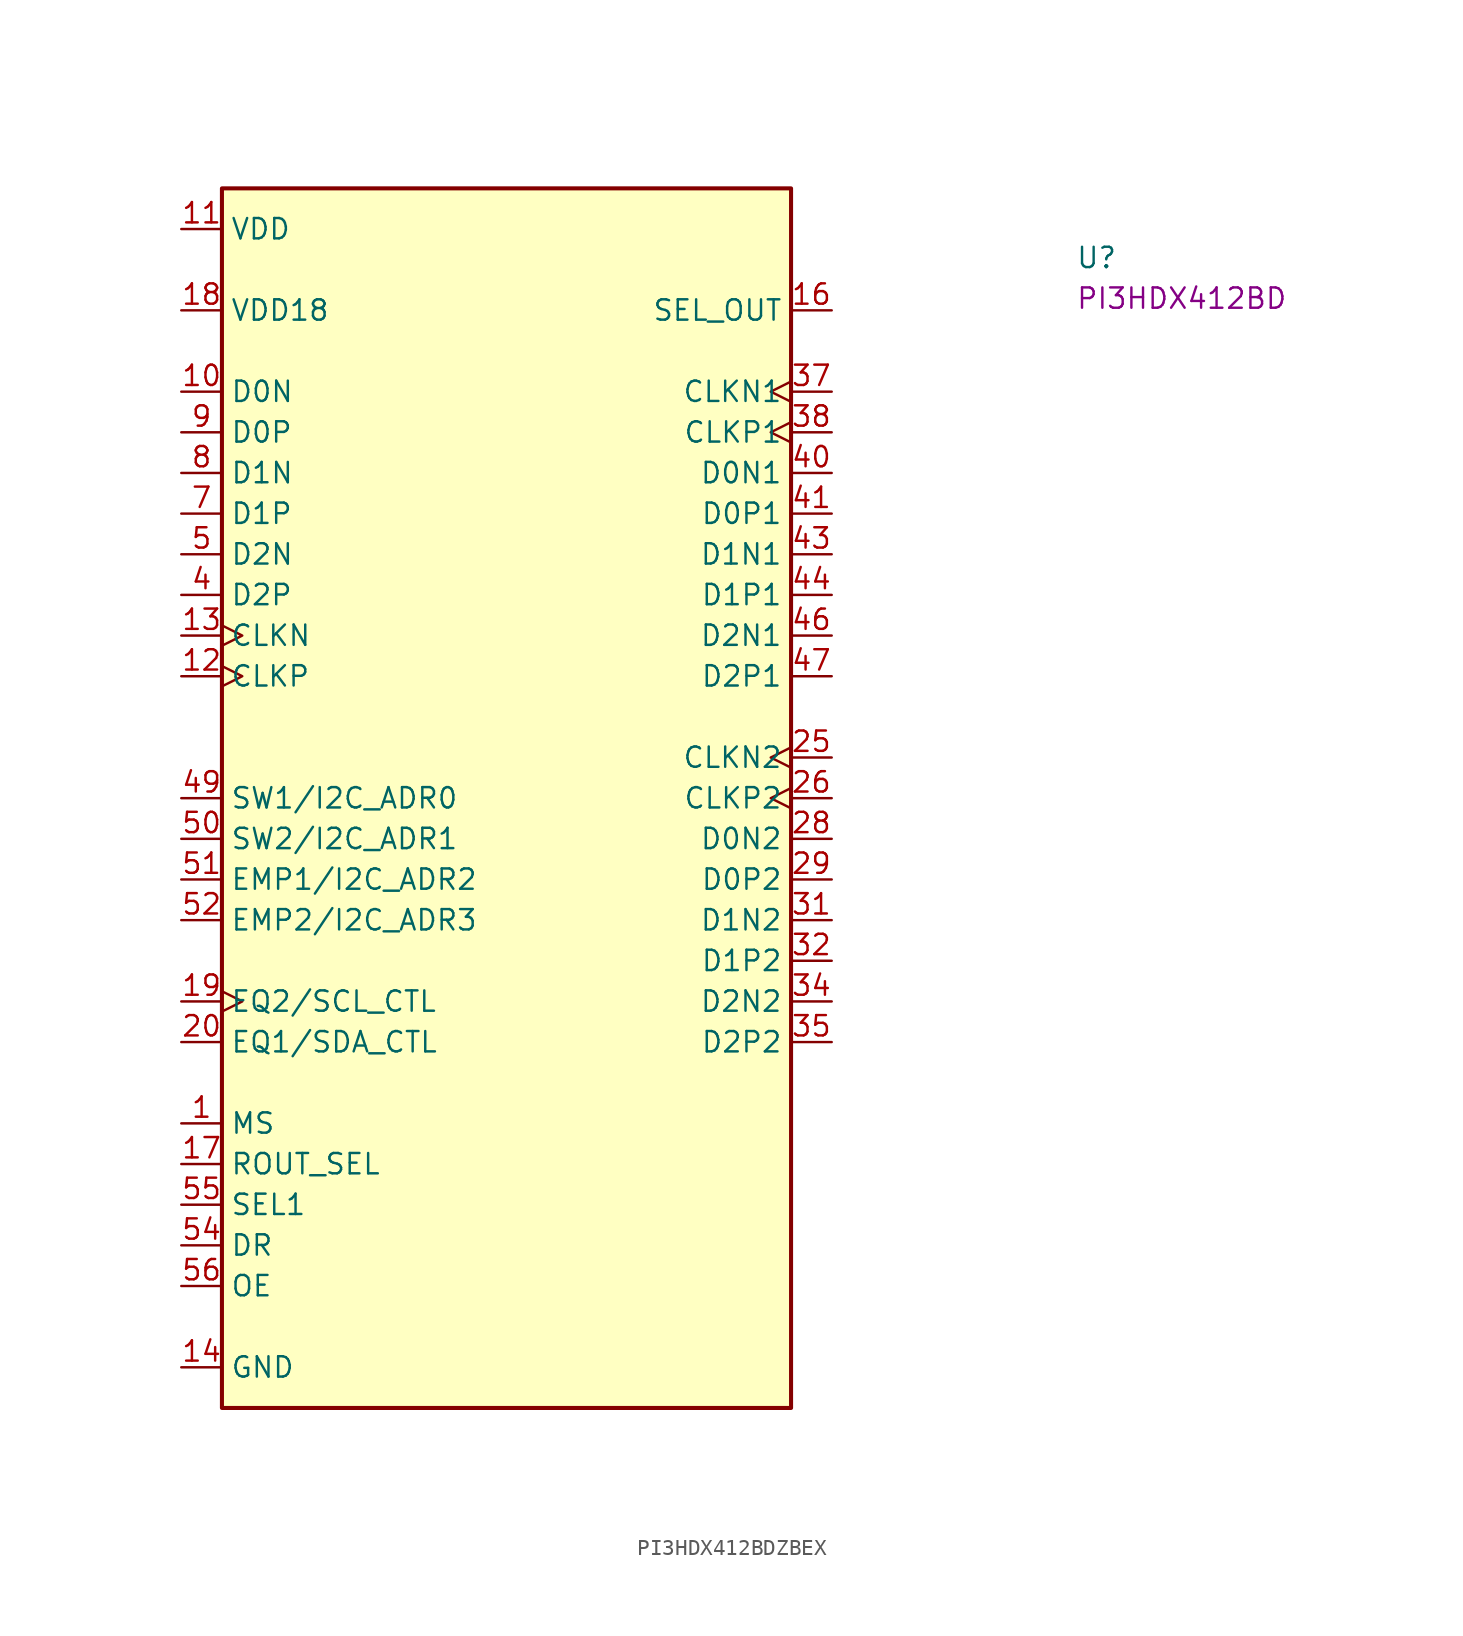
<source format=kicad_sym>
(kicad_symbol_lib
  (version 20220914)
  (generator kicad_symbol_editor)
  (symbol "PI3HDX412BDZBEX"
    (property "Reference" "U"
      (at 55.88 -2.54 0)
      (effects (font (size 1.27 1.27) (thickness 0.15)) (justify left bottom)))
    (property "MPN" "PI3HDX412BD"
      (at 55.88 -5.08 0)
      (effects (font (size 1.27 1.27) (thickness 0.15)) (justify left bottom)))
    (symbol "PI3HDX412BDZBEX_1_1"
      (rectangle (start 2.54 2.54) (end 38.1 -73.66) (stroke (width 0.254) (type default)) (fill (type background)))
      (pin passive line (at 0 -55.88 0) (length 2.54) (name "MS" (effects (font (size 1.27 1.27)))) (number "1" (effects (font (size 1.27 1.27)))))
      (pin passive line (at 0 -10.16 0) (length 2.54) (name "D0N" (effects (font (size 1.27 1.27)))) (number "10" (effects (font (size 1.27 1.27)))))
      (pin power_in line (at 0 0 0) (length 2.54) (name "VDD" (effects (font (size 1.27 1.27)))) (number "11" (effects (font (size 1.27 1.27)))))
      (pin passive clock (at 0 -27.94 0) (length 2.54) (name "CLKP" (effects (font (size 1.27 1.27)))) (number "12" (effects (font (size 1.27 1.27)))))
      (pin passive clock (at 0 -25.4 0) (length 2.54) (name "CLKN" (effects (font (size 1.27 1.27)))) (number "13" (effects (font (size 1.27 1.27)))))
      (pin power_in line (at 0 -71.12 0) (length 2.54) (name "GND" (effects (font (size 1.27 1.27)))) (number "14" (effects (font (size 1.27 1.27)))))
      (pin passive line (at 0 0 0) (length 2.54) hide (name "VDD" (effects (font (size 1.27 1.27)))) (number "15" (effects (font (size 1.27 1.27)))))
      (pin passive line (at 40.64 -5.08 180) (length 2.54) (name "SEL_OUT" (effects (font (size 1.27 1.27)))) (number "16" (effects (font (size 1.27 1.27)))))
      (pin passive line (at 0 -58.42 0) (length 2.54) (name "ROUT_SEL" (effects (font (size 1.27 1.27)))) (number "17" (effects (font (size 1.27 1.27)))))
      (pin power_in line (at 0 -5.08 0) (length 2.54) (name "VDD18" (effects (font (size 1.27 1.27)))) (number "18" (effects (font (size 1.27 1.27)))))
      (pin passive clock (at 0 -48.26 0) (length 2.54) (name "EQ2/SCL_CTL" (effects (font (size 1.27 1.27)))) (number "19" (effects (font (size 1.27 1.27)))))
      (pin passive line (at 0 0 0) (length 2.54) hide (name "VDD" (effects (font (size 1.27 1.27)))) (number "2" (effects (font (size 1.27 1.27)))))
      (pin passive line (at 0 -50.8 0) (length 2.54) (name "EQ1/SDA_CTL" (effects (font (size 1.27 1.27)))) (number "20" (effects (font (size 1.27 1.27)))))
      (pin passive line (at 0 -71.12 0) (length 2.54) hide (name "GND" (effects (font (size 1.27 1.27)))) (number "21" (effects (font (size 1.27 1.27)))))
      (pin passive line (at 0 0 0) (length 2.54) hide (name "VDD" (effects (font (size 1.27 1.27)))) (number "22" (effects (font (size 1.27 1.27)))))
      (pin passive line (at 0 -71.12 0) (length 2.54) hide (name "GND" (effects (font (size 1.27 1.27)))) (number "23" (effects (font (size 1.27 1.27)))))
      (pin passive line (at 0 0 0) (length 2.54) hide (name "VDD" (effects (font (size 1.27 1.27)))) (number "24" (effects (font (size 1.27 1.27)))))
      (pin passive clock (at 40.64 -33.02 180) (length 2.54) (name "CLKN2" (effects (font (size 1.27 1.27)))) (number "25" (effects (font (size 1.27 1.27)))))
      (pin passive clock (at 40.64 -35.56 180) (length 2.54) (name "CLKP2" (effects (font (size 1.27 1.27)))) (number "26" (effects (font (size 1.27 1.27)))))
      (pin passive line (at 0 -71.12 0) (length 2.54) hide (name "GND" (effects (font (size 1.27 1.27)))) (number "27" (effects (font (size 1.27 1.27)))))
      (pin passive line (at 40.64 -38.1 180) (length 2.54) (name "D0N2" (effects (font (size 1.27 1.27)))) (number "28" (effects (font (size 1.27 1.27)))))
      (pin passive line (at 40.64 -40.64 180) (length 2.54) (name "D0P2" (effects (font (size 1.27 1.27)))) (number "29" (effects (font (size 1.27 1.27)))))
      (pin passive line (at 0 -71.12 0) (length 2.54) hide (name "GND" (effects (font (size 1.27 1.27)))) (number "3" (effects (font (size 1.27 1.27)))))
      (pin passive line (at 0 0 0) (length 2.54) hide (name "VDD" (effects (font (size 1.27 1.27)))) (number "30" (effects (font (size 1.27 1.27)))))
      (pin passive line (at 40.64 -43.18 180) (length 2.54) (name "D1N2" (effects (font (size 1.27 1.27)))) (number "31" (effects (font (size 1.27 1.27)))))
      (pin passive line (at 40.64 -45.72 180) (length 2.54) (name "D1P2" (effects (font (size 1.27 1.27)))) (number "32" (effects (font (size 1.27 1.27)))))
      (pin passive line (at 0 -71.12 0) (length 2.54) hide (name "GND" (effects (font (size 1.27 1.27)))) (number "33" (effects (font (size 1.27 1.27)))))
      (pin passive line (at 40.64 -48.26 180) (length 2.54) (name "D2N2" (effects (font (size 1.27 1.27)))) (number "34" (effects (font (size 1.27 1.27)))))
      (pin passive line (at 40.64 -50.8 180) (length 2.54) (name "D2P2" (effects (font (size 1.27 1.27)))) (number "35" (effects (font (size 1.27 1.27)))))
      (pin passive line (at 0 0 0) (length 2.54) hide (name "VDD" (effects (font (size 1.27 1.27)))) (number "36" (effects (font (size 1.27 1.27)))))
      (pin passive clock (at 40.64 -10.16 180) (length 2.54) (name "CLKN1" (effects (font (size 1.27 1.27)))) (number "37" (effects (font (size 1.27 1.27)))))
      (pin passive clock (at 40.64 -12.7 180) (length 2.54) (name "CLKP1" (effects (font (size 1.27 1.27)))) (number "38" (effects (font (size 1.27 1.27)))))
      (pin passive line (at 0 -71.12 0) (length 2.54) hide (name "GND" (effects (font (size 1.27 1.27)))) (number "39" (effects (font (size 1.27 1.27)))))
      (pin passive line (at 0 -22.86 0) (length 2.54) (name "D2P" (effects (font (size 1.27 1.27)))) (number "4" (effects (font (size 1.27 1.27)))))
      (pin passive line (at 40.64 -15.24 180) (length 2.54) (name "D0N1" (effects (font (size 1.27 1.27)))) (number "40" (effects (font (size 1.27 1.27)))))
      (pin passive line (at 40.64 -17.78 180) (length 2.54) (name "D0P1" (effects (font (size 1.27 1.27)))) (number "41" (effects (font (size 1.27 1.27)))))
      (pin passive line (at 0 0 0) (length 2.54) hide (name "VDD" (effects (font (size 1.27 1.27)))) (number "42" (effects (font (size 1.27 1.27)))))
      (pin passive line (at 40.64 -20.32 180) (length 2.54) (name "D1N1" (effects (font (size 1.27 1.27)))) (number "43" (effects (font (size 1.27 1.27)))))
      (pin passive line (at 40.64 -22.86 180) (length 2.54) (name "D1P1" (effects (font (size 1.27 1.27)))) (number "44" (effects (font (size 1.27 1.27)))))
      (pin passive line (at 0 -71.12 0) (length 2.54) hide (name "GND" (effects (font (size 1.27 1.27)))) (number "45" (effects (font (size 1.27 1.27)))))
      (pin passive line (at 40.64 -25.4 180) (length 2.54) (name "D2N1" (effects (font (size 1.27 1.27)))) (number "46" (effects (font (size 1.27 1.27)))))
      (pin passive line (at 40.64 -27.94 180) (length 2.54) (name "D2P1" (effects (font (size 1.27 1.27)))) (number "47" (effects (font (size 1.27 1.27)))))
      (pin passive line (at 0 0 0) (length 2.54) hide (name "VDD" (effects (font (size 1.27 1.27)))) (number "48" (effects (font (size 1.27 1.27)))))
      (pin passive line (at 0 -35.56 0) (length 2.54) (name "SW1/I2C_ADR0" (effects (font (size 1.27 1.27)))) (number "49" (effects (font (size 1.27 1.27)))))
      (pin passive line (at 0 -20.32 0) (length 2.54) (name "D2N" (effects (font (size 1.27 1.27)))) (number "5" (effects (font (size 1.27 1.27)))))
      (pin passive line (at 0 -38.1 0) (length 2.54) (name "SW2/I2C_ADR1" (effects (font (size 1.27 1.27)))) (number "50" (effects (font (size 1.27 1.27)))))
      (pin passive line (at 0 -40.64 0) (length 2.54) (name "EMP1/I2C_ADR2" (effects (font (size 1.27 1.27)))) (number "51" (effects (font (size 1.27 1.27)))))
      (pin passive line (at 0 -43.18 0) (length 2.54) (name "EMP2/I2C_ADR3" (effects (font (size 1.27 1.27)))) (number "52" (effects (font (size 1.27 1.27)))))
      (pin passive line (at 0 -71.12 0) (length 2.54) hide (name "GND" (effects (font (size 1.27 1.27)))) (number "53" (effects (font (size 1.27 1.27)))))
      (pin passive line (at 0 -63.5 0) (length 2.54) (name "DR" (effects (font (size 1.27 1.27)))) (number "54" (effects (font (size 1.27 1.27)))))
      (pin passive line (at 0 -60.96 0) (length 2.54) (name "SEL1" (effects (font (size 1.27 1.27)))) (number "55" (effects (font (size 1.27 1.27)))))
      (pin passive line (at 0 -66.04 0) (length 2.54) (name "OE" (effects (font (size 1.27 1.27)))) (number "56" (effects (font (size 1.27 1.27)))))
      (pin passive line (at 0 -71.12 0) (length 2.54) hide (name "GND" (effects (font (size 1.27 1.27)))) (number "57" (effects (font (size 1.27 1.27)))))
      (pin passive line (at 0 0 0) (length 2.54) hide (name "VDD" (effects (font (size 1.27 1.27)))) (number "6" (effects (font (size 1.27 1.27)))))
      (pin passive line (at 0 -17.78 0) (length 2.54) (name "D1P" (effects (font (size 1.27 1.27)))) (number "7" (effects (font (size 1.27 1.27)))))
      (pin passive line (at 0 -15.24 0) (length 2.54) (name "D1N" (effects (font (size 1.27 1.27)))) (number "8" (effects (font (size 1.27 1.27)))))
      (pin passive line (at 0 -12.7 0) (length 2.54) (name "D0P" (effects (font (size 1.27 1.27)))) (number "9" (effects (font (size 1.27 1.27))))))))
</source>
